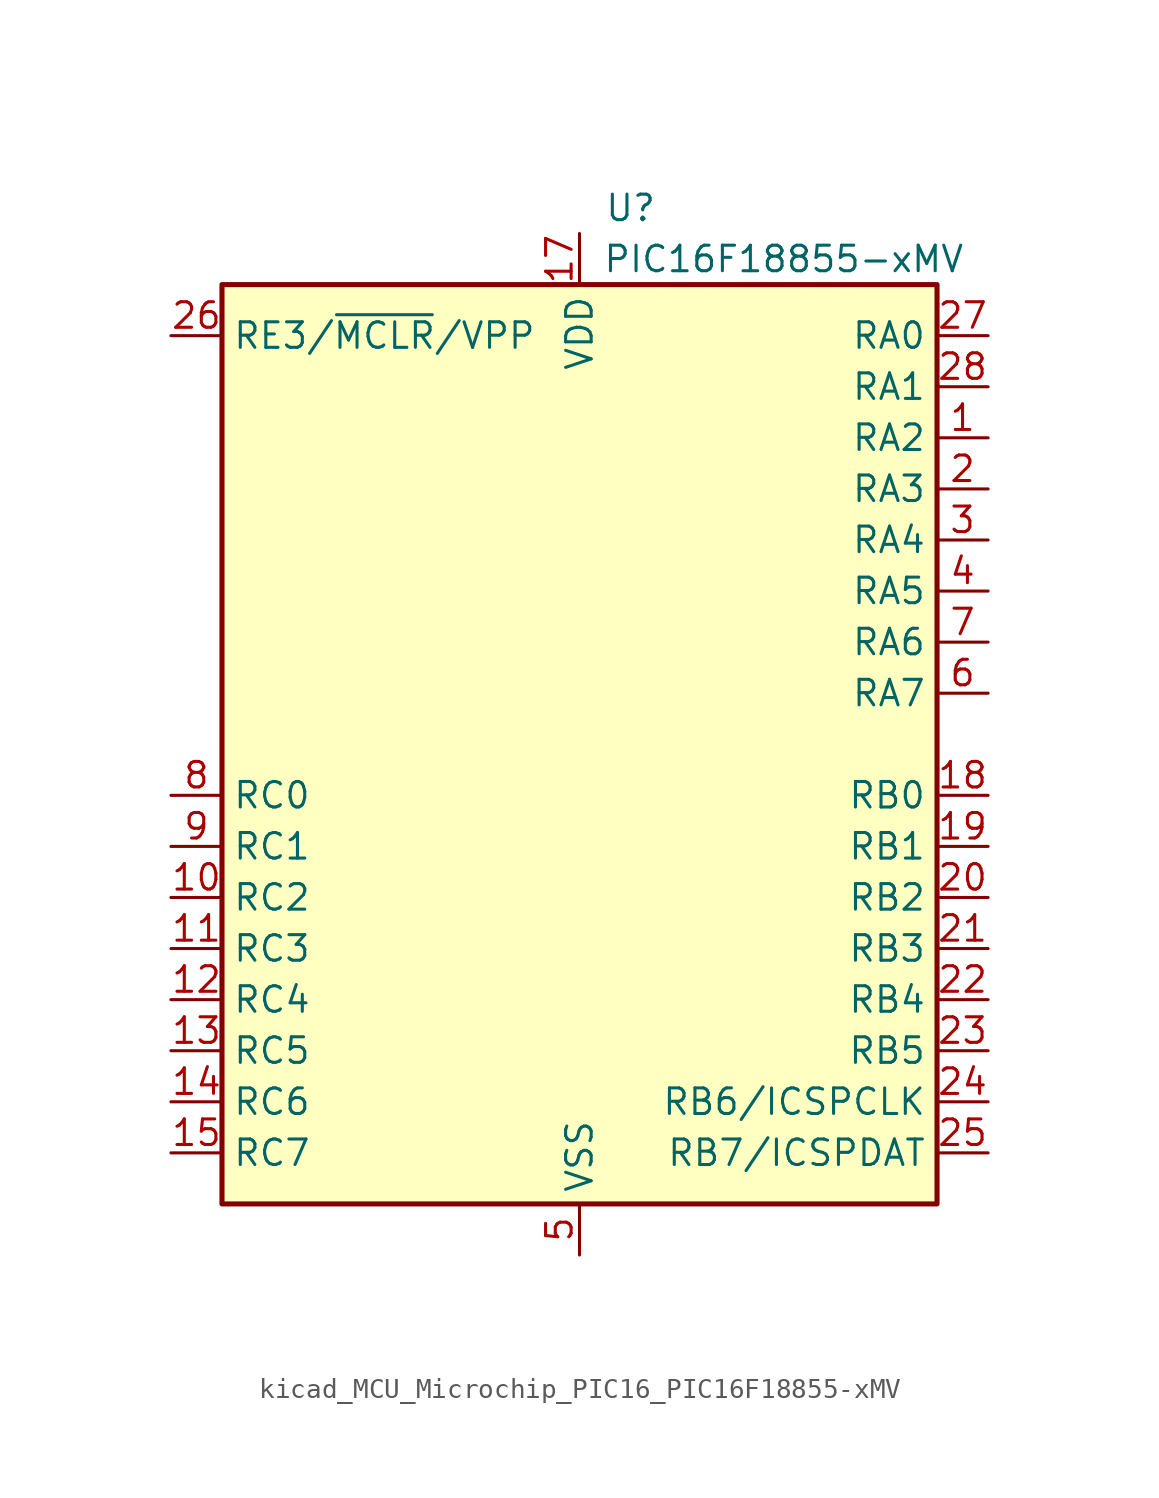
<source format=kicad_sym>
(kicad_symbol_lib
  (version 20220914)
  (generator kicad_symbol_editor)
  (symbol "kicad_MCU_Microchip_PIC16_PIC16F18855-xMV"
    (property "Reference" "U"
      (at 2.54 26.67 0)
      (effects (font (size 1.27 1.27))))
    (property "Value" "PIC16F18855-xMV"
      (at 10.16 24.13 0)
      (effects (font (size 1.27 1.27))))
    (symbol "kicad_MCU_Microchip_PIC16_PIC16F18855-xMV_0_0"
      (pin passive line (at 0 -25.4 90) (length 2.54) hide (name "VSS" (effects (font (size 1.27 1.27)))) (number "29" (effects (font (size 1.27 1.27))))))
    (symbol "kicad_MCU_Microchip_PIC16_PIC16F18855-xMV_0_1"
      (rectangle (start -17.78 22.86) (end 17.78 -22.86) (stroke (width 0.254) (type default)) (fill (type background))))
    (symbol "kicad_MCU_Microchip_PIC16_PIC16F18855-xMV_1_1"
      (pin bidirectional line (at 20.32 15.24 180) (length 2.54) (name "RA2" (effects (font (size 1.27 1.27)))) (number "1" (effects (font (size 1.27 1.27)))))
      (pin bidirectional line (at -20.32 -7.62 0) (length 2.54) (name "RC2" (effects (font (size 1.27 1.27)))) (number "10" (effects (font (size 1.27 1.27)))))
      (pin bidirectional line (at -20.32 -10.16 0) (length 2.54) (name "RC3" (effects (font (size 1.27 1.27)))) (number "11" (effects (font (size 1.27 1.27)))))
      (pin bidirectional line (at -20.32 -12.7 0) (length 2.54) (name "RC4" (effects (font (size 1.27 1.27)))) (number "12" (effects (font (size 1.27 1.27)))))
      (pin bidirectional line (at -20.32 -15.24 0) (length 2.54) (name "RC5" (effects (font (size 1.27 1.27)))) (number "13" (effects (font (size 1.27 1.27)))))
      (pin bidirectional line (at -20.32 -17.78 0) (length 2.54) (name "RC6" (effects (font (size 1.27 1.27)))) (number "14" (effects (font (size 1.27 1.27)))))
      (pin bidirectional line (at -20.32 -20.32 0) (length 2.54) (name "RC7" (effects (font (size 1.27 1.27)))) (number "15" (effects (font (size 1.27 1.27)))))
      (pin passive line (at 0 -25.4 90) (length 2.54) hide (name "VSS" (effects (font (size 1.27 1.27)))) (number "16" (effects (font (size 1.27 1.27)))))
      (pin power_in line (at 0 25.4 270) (length 2.54) (name "VDD" (effects (font (size 1.27 1.27)))) (number "17" (effects (font (size 1.27 1.27)))))
      (pin bidirectional line (at 20.32 -2.54 180) (length 2.54) (name "RB0" (effects (font (size 1.27 1.27)))) (number "18" (effects (font (size 1.27 1.27)))))
      (pin bidirectional line (at 20.32 -5.08 180) (length 2.54) (name "RB1" (effects (font (size 1.27 1.27)))) (number "19" (effects (font (size 1.27 1.27)))))
      (pin bidirectional line (at 20.32 12.7 180) (length 2.54) (name "RA3" (effects (font (size 1.27 1.27)))) (number "2" (effects (font (size 1.27 1.27)))))
      (pin bidirectional line (at 20.32 -7.62 180) (length 2.54) (name "RB2" (effects (font (size 1.27 1.27)))) (number "20" (effects (font (size 1.27 1.27)))))
      (pin bidirectional line (at 20.32 -10.16 180) (length 2.54) (name "RB3" (effects (font (size 1.27 1.27)))) (number "21" (effects (font (size 1.27 1.27)))))
      (pin bidirectional line (at 20.32 -12.7 180) (length 2.54) (name "RB4" (effects (font (size 1.27 1.27)))) (number "22" (effects (font (size 1.27 1.27)))))
      (pin bidirectional line (at 20.32 -15.24 180) (length 2.54) (name "RB5" (effects (font (size 1.27 1.27)))) (number "23" (effects (font (size 1.27 1.27)))))
      (pin bidirectional line (at 20.32 -17.78 180) (length 2.54) (name "RB6/ICSPCLK" (effects (font (size 1.27 1.27)))) (number "24" (effects (font (size 1.27 1.27)))))
      (pin bidirectional line (at 20.32 -20.32 180) (length 2.54) (name "RB7/ICSPDAT" (effects (font (size 1.27 1.27)))) (number "25" (effects (font (size 1.27 1.27)))))
      (pin input line (at -20.32 20.32 0) (length 2.54) (name "RE3/~{MCLR}/VPP" (effects (font (size 1.27 1.27)))) (number "26" (effects (font (size 1.27 1.27)))))
      (pin bidirectional line (at 20.32 20.32 180) (length 2.54) (name "RA0" (effects (font (size 1.27 1.27)))) (number "27" (effects (font (size 1.27 1.27)))))
      (pin bidirectional line (at 20.32 17.78 180) (length 2.54) (name "RA1" (effects (font (size 1.27 1.27)))) (number "28" (effects (font (size 1.27 1.27)))))
      (pin bidirectional line (at 20.32 10.16 180) (length 2.54) (name "RA4" (effects (font (size 1.27 1.27)))) (number "3" (effects (font (size 1.27 1.27)))))
      (pin bidirectional line (at 20.32 7.62 180) (length 2.54) (name "RA5" (effects (font (size 1.27 1.27)))) (number "4" (effects (font (size 1.27 1.27)))))
      (pin power_in line (at 0 -25.4 90) (length 2.54) (name "VSS" (effects (font (size 1.27 1.27)))) (number "5" (effects (font (size 1.27 1.27)))))
      (pin bidirectional line (at 20.32 2.54 180) (length 2.54) (name "RA7" (effects (font (size 1.27 1.27)))) (number "6" (effects (font (size 1.27 1.27)))))
      (pin bidirectional line (at 20.32 5.08 180) (length 2.54) (name "RA6" (effects (font (size 1.27 1.27)))) (number "7" (effects (font (size 1.27 1.27)))))
      (pin bidirectional line (at -20.32 -2.54 0) (length 2.54) (name "RC0" (effects (font (size 1.27 1.27)))) (number "8" (effects (font (size 1.27 1.27)))))
      (pin bidirectional line (at -20.32 -5.08 0) (length 2.54) (name "RC1" (effects (font (size 1.27 1.27)))) (number "9" (effects (font (size 1.27 1.27))))))))
</source>
